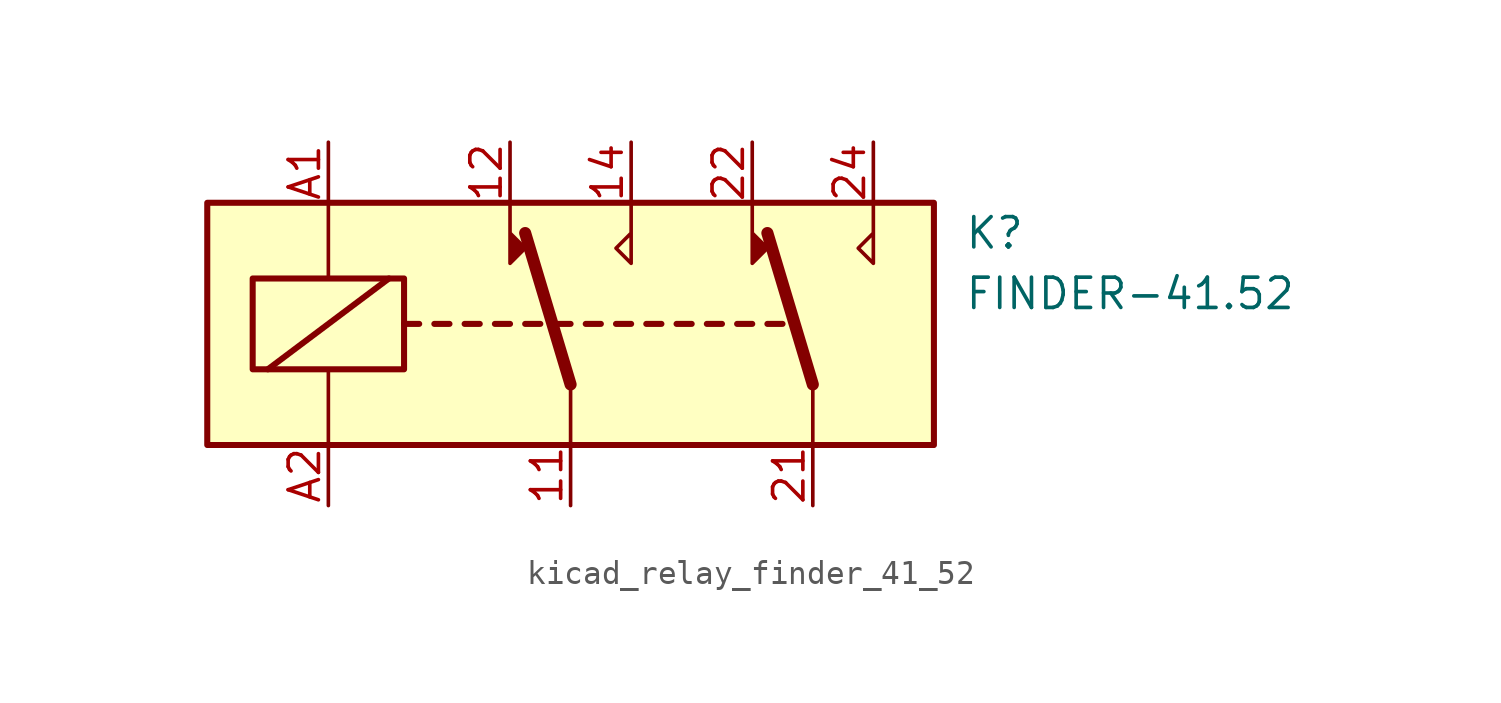
<source format=kicad_sym>
(kicad_symbol_lib
  (version 20220914)
  (generator kicad_symbol_editor)
  (symbol "kicad_relay_finder_41_52"
    (property "Reference" "K"
      (at 16.51 3.81 0)
      (effects (font (size 1.27 1.27)) (justify left)))
    (property "Value" "FINDER-41.52"
      (at 16.51 1.27 0)
      (effects (font (size 1.27 1.27)) (justify left)))
    (symbol "kicad_relay_finder_41_52_0_1"
      (rectangle (start -15.24 5.08) (end 15.24 -5.08) (stroke (width 0.254) (type default)) (fill (type background)))
      (rectangle (start -13.335 1.905) (end -6.985 -1.905) (stroke (width 0.254) (type default)) (fill (type none)))
      (polyline (pts (xy -12.7 -1.905) (xy -7.62 1.905)) (stroke (width 0.254) (type default)) (fill (type none)))
      (polyline (pts (xy -10.16 -5.08) (xy -10.16 -1.905)) (stroke (width 0) (type default)) (fill (type none)))
      (polyline (pts (xy -10.16 5.08) (xy -10.16 1.905)) (stroke (width 0) (type default)) (fill (type none)))
      (polyline (pts (xy -6.985 0) (xy -6.35 0)) (stroke (width 0.254) (type default)) (fill (type none)))
      (polyline (pts (xy -5.715 0) (xy -5.08 0)) (stroke (width 0.254) (type default)) (fill (type none)))
      (polyline (pts (xy -4.445 0) (xy -3.81 0)) (stroke (width 0.254) (type default)) (fill (type none)))
      (polyline (pts (xy -3.175 0) (xy -2.54 0)) (stroke (width 0.254) (type default)) (fill (type none)))
      (polyline (pts (xy -1.905 0) (xy -1.27 0)) (stroke (width 0.254) (type default)) (fill (type none)))
      (polyline (pts (xy -0.635 0) (xy 0 0)) (stroke (width 0.254) (type default)) (fill (type none)))
      (polyline (pts (xy 0 -2.54) (xy -1.905 3.81)) (stroke (width 0.508) (type default)) (fill (type none)))
      (polyline (pts (xy 0 -2.54) (xy 0 -5.08)) (stroke (width 0) (type default)) (fill (type none)))
      (polyline (pts (xy 0.635 0) (xy 1.27 0)) (stroke (width 0.254) (type default)) (fill (type none)))
      (polyline (pts (xy 1.905 0) (xy 2.54 0)) (stroke (width 0.254) (type default)) (fill (type none)))
      (polyline (pts (xy 3.175 0) (xy 3.81 0)) (stroke (width 0.254) (type default)) (fill (type none)))
      (polyline (pts (xy 4.445 0) (xy 5.08 0)) (stroke (width 0.254) (type default)) (fill (type none)))
      (polyline (pts (xy 5.715 0) (xy 6.35 0)) (stroke (width 0.254) (type default)) (fill (type none)))
      (polyline (pts (xy 6.985 0) (xy 7.62 0)) (stroke (width 0.254) (type default)) (fill (type none)))
      (polyline (pts (xy 8.255 0) (xy 8.89 0)) (stroke (width 0.254) (type default)) (fill (type none)))
      (polyline (pts (xy 10.16 -2.54) (xy 8.255 3.81)) (stroke (width 0.508) (type default)) (fill (type none)))
      (polyline (pts (xy 10.16 -2.54) (xy 10.16 -5.08)) (stroke (width 0) (type default)) (fill (type none)))
      (polyline (pts (xy -2.54 5.08) (xy -2.54 2.54) (xy -1.905 3.175) (xy -2.54 3.81)) (stroke (width 0) (type default)) (fill (type outline)))
      (polyline (pts (xy 2.54 5.08) (xy 2.54 2.54) (xy 1.905 3.175) (xy 2.54 3.81)) (stroke (width 0) (type default)) (fill (type none)))
      (polyline (pts (xy 7.62 5.08) (xy 7.62 2.54) (xy 8.255 3.175) (xy 7.62 3.81)) (stroke (width 0) (type default)) (fill (type outline)))
      (polyline (pts (xy 12.7 5.08) (xy 12.7 2.54) (xy 12.065 3.175) (xy 12.7 3.81)) (stroke (width 0) (type default)) (fill (type none))))
    (symbol "kicad_relay_finder_41_52_1_1"
      (pin passive line (at 0 -7.62 90) (length 2.54) (name "~" (effects (font (size 1.27 1.27)))) (number "11" (effects (font (size 1.27 1.27)))))
      (pin passive line (at -2.54 7.62 270) (length 2.54) (name "~" (effects (font (size 1.27 1.27)))) (number "12" (effects (font (size 1.27 1.27)))))
      (pin passive line (at 2.54 7.62 270) (length 2.54) (name "~" (effects (font (size 1.27 1.27)))) (number "14" (effects (font (size 1.27 1.27)))))
      (pin passive line (at 10.16 -7.62 90) (length 2.54) (name "~" (effects (font (size 1.27 1.27)))) (number "21" (effects (font (size 1.27 1.27)))))
      (pin passive line (at 7.62 7.62 270) (length 2.54) (name "~" (effects (font (size 1.27 1.27)))) (number "22" (effects (font (size 1.27 1.27)))))
      (pin passive line (at 12.7 7.62 270) (length 2.54) (name "~" (effects (font (size 1.27 1.27)))) (number "24" (effects (font (size 1.27 1.27)))))
      (pin passive line (at -10.16 7.62 270) (length 2.54) (name "~" (effects (font (size 1.27 1.27)))) (number "A1" (effects (font (size 1.27 1.27)))))
      (pin passive line (at -10.16 -7.62 90) (length 2.54) (name "~" (effects (font (size 1.27 1.27)))) (number "A2" (effects (font (size 1.27 1.27))))))))
</source>
